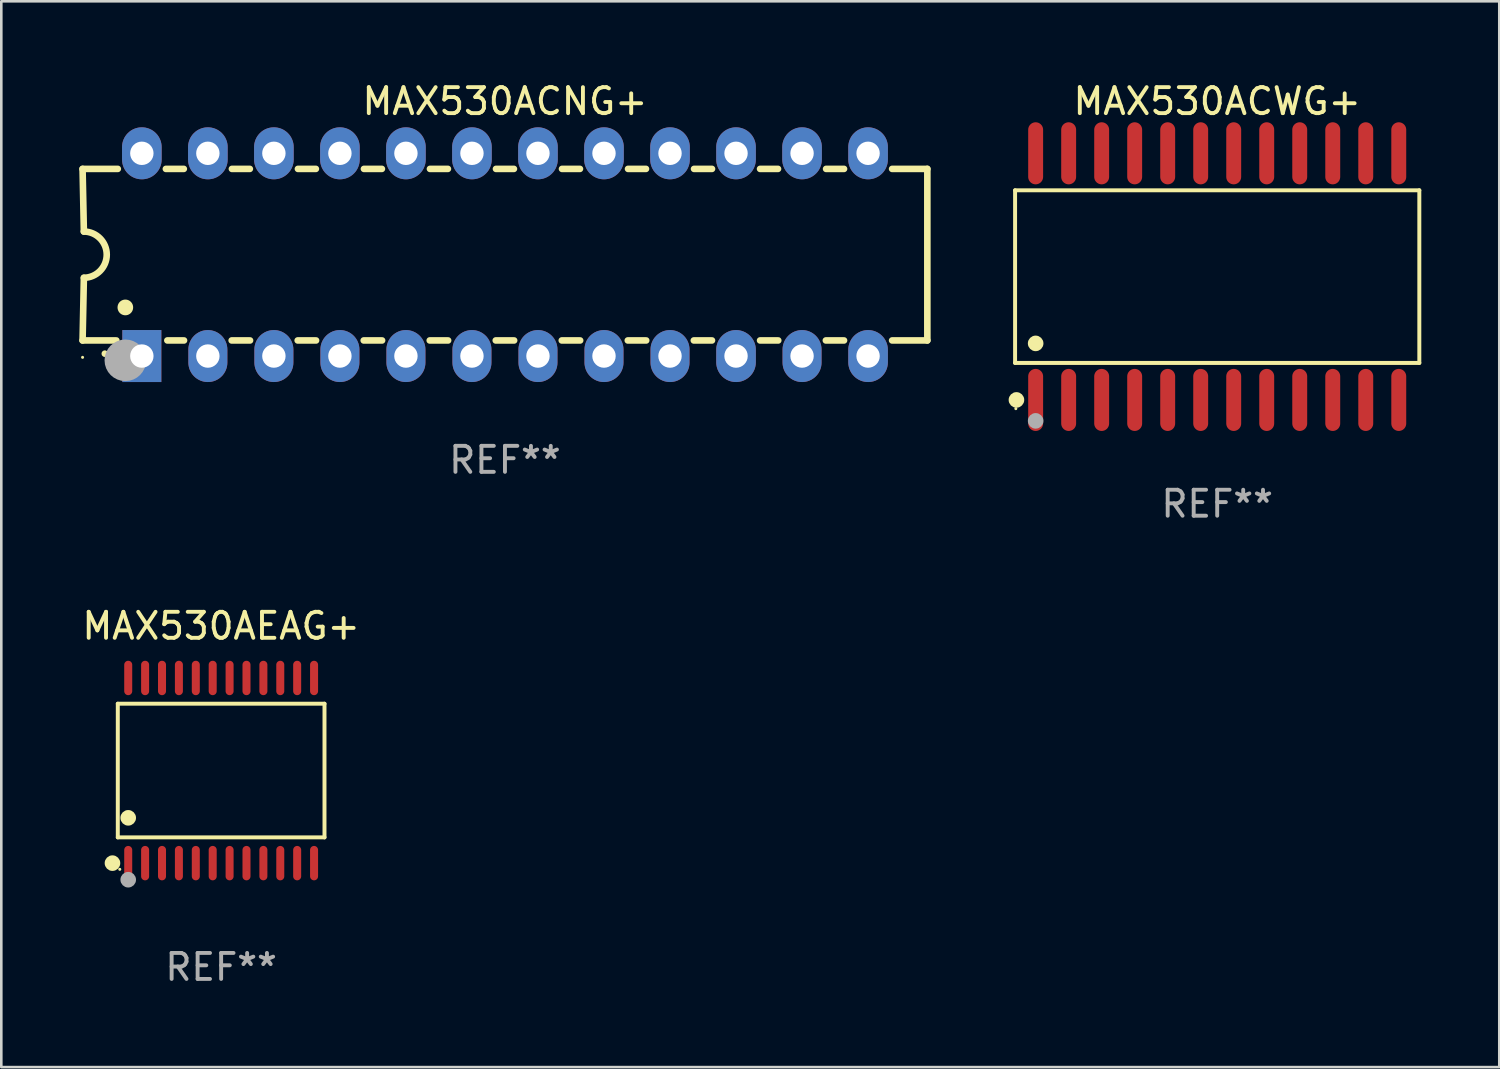
<source format=kicad_pcb>
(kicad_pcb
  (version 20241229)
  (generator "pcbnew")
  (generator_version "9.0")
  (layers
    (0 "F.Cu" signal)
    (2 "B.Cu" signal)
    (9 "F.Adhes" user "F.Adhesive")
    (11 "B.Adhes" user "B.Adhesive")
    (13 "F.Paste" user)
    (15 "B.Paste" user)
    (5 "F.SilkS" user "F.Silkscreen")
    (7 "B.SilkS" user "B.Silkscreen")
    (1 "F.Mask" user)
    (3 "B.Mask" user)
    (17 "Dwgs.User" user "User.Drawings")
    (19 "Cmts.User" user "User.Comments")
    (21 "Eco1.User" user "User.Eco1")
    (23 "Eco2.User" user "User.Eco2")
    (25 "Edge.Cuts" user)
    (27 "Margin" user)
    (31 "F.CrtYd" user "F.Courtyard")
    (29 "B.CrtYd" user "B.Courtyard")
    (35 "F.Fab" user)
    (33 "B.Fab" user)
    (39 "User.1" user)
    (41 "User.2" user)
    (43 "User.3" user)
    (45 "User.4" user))
  (footprint "MAX530AEAG+"
    (layer "F.Cu")
    (at 5.458 26.595)
    (property "Reference" "MAX530AEAG+" (at 0 -5.562 0) (layer "F.SilkS") (effects (font (size 1 1) (thickness 0.15))))
    (attr through_hole)
    (fp_line (start -3.976 -2.571) (end 3.976 -2.571) (stroke (width 0.152) (type solid)) (layer "F.SilkS"))
    (fp_line (start -3.976 2.571) (end -3.976 -2.571) (stroke (width 0.152) (type solid)) (layer "F.SilkS"))
    (fp_line (start 3.976 -2.571) (end 3.976 2.571) (stroke (width 0.152) (type solid)) (layer "F.SilkS"))
    (fp_line (start 3.976 2.571) (end -3.976 2.571) (stroke (width 0.152) (type solid)) (layer "F.SilkS"))
    (fp_circle (center -4.181 3.562) (end -4.031 3.562) (stroke (width 0.3) (type solid)) (fill no) (layer "F.SilkS"))
    (fp_circle (center -3.9 3.8) (end -3.87 3.8) (stroke (width 0.06) (type solid)) (fill no) (layer "F.SilkS"))
    (fp_circle (center -3.575 1.819) (end -3.425 1.819) (stroke (width 0.3) (type solid)) (fill no) (layer "F.SilkS"))
    (fp_circle (center -3.575 4.2) (end -3.425 4.2) (stroke (width 0.3) (type solid)) (fill no) (layer "F.Fab"))
    (fp_text user "REF**" (at 0 7.562 0) (layer "F.Fab") (effects (font (size 1 1) (thickness 0.15))))
    (pad "1" smd oval (at -3.575 3.562) (size 0.308 1.324) (layers "F.Cu" "F.Mask" "F.Paste"))
    (pad "2" smd oval (at -2.925 3.562) (size 0.308 1.324) (layers "F.Cu" "F.Mask" "F.Paste"))
    (pad "3" smd oval (at -2.275 3.562) (size 0.308 1.324) (layers "F.Cu" "F.Mask" "F.Paste"))
    (pad "4" smd oval (at -1.625 3.562) (size 0.308 1.324) (layers "F.Cu" "F.Mask" "F.Paste"))
    (pad "5" smd oval (at -0.975 3.562) (size 0.308 1.324) (layers "F.Cu" "F.Mask" "F.Paste"))
    (pad "6" smd oval (at -0.325 3.562) (size 0.308 1.324) (layers "F.Cu" "F.Mask" "F.Paste"))
    (pad "7" smd oval (at 0.325 3.562) (size 0.308 1.324) (layers "F.Cu" "F.Mask" "F.Paste"))
    (pad "8" smd oval (at 0.975 3.562) (size 0.308 1.324) (layers "F.Cu" "F.Mask" "F.Paste"))
    (pad "9" smd oval (at 1.625 3.562) (size 0.308 1.324) (layers "F.Cu" "F.Mask" "F.Paste"))
    (pad "10" smd oval (at 2.275 3.562) (size 0.308 1.324) (layers "F.Cu" "F.Mask" "F.Paste"))
    (pad "11" smd oval (at 2.925 3.562) (size 0.308 1.324) (layers "F.Cu" "F.Mask" "F.Paste"))
    (pad "12" smd oval (at 3.575 3.562) (size 0.308 1.324) (layers "F.Cu" "F.Mask" "F.Paste"))
    (pad "13" smd oval (at 3.575 -3.562) (size 0.308 1.324) (layers "F.Cu" "F.Mask" "F.Paste"))
    (pad "14" smd oval (at 2.925 -3.562) (size 0.308 1.324) (layers "F.Cu" "F.Mask" "F.Paste"))
    (pad "15" smd oval (at 2.275 -3.562) (size 0.308 1.324) (layers "F.Cu" "F.Mask" "F.Paste"))
    (pad "16" smd oval (at 1.625 -3.562) (size 0.308 1.324) (layers "F.Cu" "F.Mask" "F.Paste"))
    (pad "17" smd oval (at 0.975 -3.562) (size 0.308 1.324) (layers "F.Cu" "F.Mask" "F.Paste"))
    (pad "18" smd oval (at 0.325 -3.562) (size 0.308 1.324) (layers "F.Cu" "F.Mask" "F.Paste"))
    (pad "19" smd oval (at -0.325 -3.562) (size 0.308 1.324) (layers "F.Cu" "F.Mask" "F.Paste"))
    (pad "20" smd oval (at -0.975 -3.562) (size 0.308 1.324) (layers "F.Cu" "F.Mask" "F.Paste"))
    (pad "21" smd oval (at -1.625 -3.562) (size 0.308 1.324) (layers "F.Cu" "F.Mask" "F.Paste"))
    (pad "22" smd oval (at -2.275 -3.562) (size 0.308 1.324) (layers "F.Cu" "F.Mask" "F.Paste"))
    (pad "23" smd oval (at -2.925 -3.562) (size 0.308 1.324) (layers "F.Cu" "F.Mask" "F.Paste"))
    (pad "24" smd oval (at -3.575 -3.562) (size 0.308 1.324) (layers "F.Cu" "F.Mask" "F.Paste")))
  (footprint "MAX530ACNG+"
    (layer "F.Cu")
    (at 16.377 6.748)
    (property "Reference" "MAX530ACNG+" (at 0 -5.9 0) (layer "F.SilkS") (effects (font (size 1 1) (thickness 0.15))))
    (attr through_hole)
    (fp_line (start -16.25 -3.3) (end -16.2 -0.889) (stroke (width 0.254) (type solid)) (layer "F.SilkS"))
    (fp_line (start -16.25 -3.3) (end -14.895 -3.3) (stroke (width 0.254) (type solid)) (layer "F.SilkS"))
    (fp_line (start -16.25 3.3) (end -16.2 0.889) (stroke (width 0.254) (type solid)) (layer "F.SilkS"))
    (fp_line (start -16.25 3.3) (end -14.951 3.3) (stroke (width 0.254) (type solid)) (layer "F.SilkS"))
    (fp_line (start -13.045 -3.3) (end -12.355 -3.3) (stroke (width 0.254) (type solid)) (layer "F.SilkS"))
    (fp_line (start -12.989 3.3) (end -12.347 3.3) (stroke (width 0.254) (type solid)) (layer "F.SilkS"))
    (fp_line (start -10.514 3.3) (end -9.807 3.3) (stroke (width 0.254) (type solid)) (layer "F.SilkS"))
    (fp_line (start -10.505 -3.3) (end -9.815 -3.3) (stroke (width 0.254) (type solid)) (layer "F.SilkS"))
    (fp_line (start -7.974 3.3) (end -7.267 3.3) (stroke (width 0.254) (type solid)) (layer "F.SilkS"))
    (fp_line (start -7.965 -3.3) (end -7.275 -3.3) (stroke (width 0.254) (type solid)) (layer "F.SilkS"))
    (fp_line (start -5.434 3.3) (end -4.727 3.3) (stroke (width 0.254) (type solid)) (layer "F.SilkS"))
    (fp_line (start -5.425 -3.3) (end -4.735 -3.3) (stroke (width 0.254) (type solid)) (layer "F.SilkS"))
    (fp_line (start -2.894 3.3) (end -2.187 3.3) (stroke (width 0.254) (type solid)) (layer "F.SilkS"))
    (fp_line (start -2.885 -3.3) (end -2.195 -3.3) (stroke (width 0.254) (type solid)) (layer "F.SilkS"))
    (fp_line (start -0.354 3.3) (end 0.353 3.3) (stroke (width 0.254) (type solid)) (layer "F.SilkS"))
    (fp_line (start -0.345 -3.3) (end 0.345 -3.3) (stroke (width 0.254) (type solid)) (layer "F.SilkS"))
    (fp_line (start 2.186 3.3) (end 2.893 3.3) (stroke (width 0.254) (type solid)) (layer "F.SilkS"))
    (fp_line (start 2.195 -3.3) (end 2.885 -3.3) (stroke (width 0.254) (type solid)) (layer "F.SilkS"))
    (fp_line (start 4.726 3.3) (end 5.434 3.3) (stroke (width 0.254) (type solid)) (layer "F.SilkS"))
    (fp_line (start 4.735 -3.3) (end 5.425 -3.3) (stroke (width 0.254) (type solid)) (layer "F.SilkS"))
    (fp_line (start 7.266 3.3) (end 7.965 3.3) (stroke (width 0.254) (type solid)) (layer "F.SilkS"))
    (fp_line (start 7.275 -3.3) (end 7.965 -3.3) (stroke (width 0.254) (type solid)) (layer "F.SilkS"))
    (fp_line (start 9.815 -3.3) (end 10.505 -3.3) (stroke (width 0.254) (type solid)) (layer "F.SilkS"))
    (fp_line (start 9.815 3.3) (end 10.514 3.3) (stroke (width 0.254) (type solid)) (layer "F.SilkS"))
    (fp_line (start 12.346 3.3) (end 13.045 3.3) (stroke (width 0.254) (type solid)) (layer "F.SilkS"))
    (fp_line (start 12.355 -3.3) (end 13.045 -3.3) (stroke (width 0.254) (type solid)) (layer "F.SilkS"))
    (fp_line (start 16.25 -3.3) (end 14.895 -3.3) (stroke (width 0.254) (type solid)) (layer "F.SilkS"))
    (fp_line (start 16.25 -3.3) (end 16.25 3.3) (stroke (width 0.254) (type solid)) (layer "F.SilkS"))
    (fp_line (start 16.25 3.3) (end 14.895 3.3) (stroke (width 0.254) (type solid)) (layer "F.SilkS"))
    (fp_arc (start -16.201016 -0.890146) (mid -15.311429 -0.001055) (end -16.200025 0.889027) (stroke (width 0.254001) (type solid)) (layer "F.SilkS"))
    (fp_arc (start -15.394971 3.810033) (mid -15.394978 3.808763) (end -15.394971 3.807493) (stroke (width 0.25) (type solid)) (layer "F.SilkS"))
    (fp_arc (start -14.605029 2.032029) (mid -14.60504 2.029489) (end -14.605029 2.026949) (stroke (width 0.6) (type solid)) (layer "F.SilkS"))
    (fp_circle (center -16.25 3.95) (end -16.22 3.95) (stroke (width 0.06) (type solid)) (fill no) (layer "F.SilkS"))
    (fp_circle (center -14.605 4.064) (end -14.205 4.064) (stroke (width 0.8) (type solid)) (fill no) (layer "F.Fab"))
    (fp_text user "REF**" (at 0 7.9 0) (layer "F.Fab") (effects (font (size 1 1) (thickness 0.15))))
    (pad "1" thru_hole rect (at -13.97 3.9 90) (size 2 1.5) (drill 0.9) (layers "*.Cu" "*.Mask"))
    (pad "2" thru_hole oval (at -11.43 3.9 90) (size 2 1.5) (drill 0.9) (layers "*.Cu" "*.Mask"))
    (pad "3" thru_hole oval (at -8.89 3.9 90) (size 2 1.5) (drill 0.9) (layers "*.Cu" "*.Mask"))
    (pad "4" thru_hole oval (at -6.35 3.9 90) (size 2 1.5) (drill 0.9) (layers "*.Cu" "*.Mask"))
    (pad "5" thru_hole oval (at -3.81 3.9 90) (size 2 1.5) (drill 0.9) (layers "*.Cu" "*.Mask"))
    (pad "6" thru_hole oval (at -1.27 3.9 90) (size 2 1.5) (drill 0.9) (layers "*.Cu" "*.Mask"))
    (pad "7" thru_hole oval (at 1.27 3.9 90) (size 2 1.5) (drill 0.9) (layers "*.Cu" "*.Mask"))
    (pad "8" thru_hole oval (at 3.81 3.9 90) (size 2 1.5) (drill 0.9) (layers "*.Cu" "*.Mask"))
    (pad "9" thru_hole oval (at 6.35 3.9 90) (size 2 1.5) (drill 0.9) (layers "*.Cu" "*.Mask"))
    (pad "10" thru_hole oval (at 8.89 3.9 90) (size 2 1.524) (drill 0.9) (layers "*.Cu" "*.Mask"))
    (pad "11" thru_hole oval (at 11.43 3.9 90) (size 2 1.5) (drill 0.9) (layers "*.Cu" "*.Mask"))
    (pad "12" thru_hole oval (at 13.97 3.9 90) (size 2 1.524) (drill 0.9) (layers "*.Cu" "*.Mask"))
    (pad "13" thru_hole oval (at 13.97 -3.9 90) (size 2 1.524) (drill 0.9) (layers "*.Cu" "*.Mask"))
    (pad "14" thru_hole oval (at 11.43 -3.9 90) (size 2 1.524) (drill 0.9) (layers "*.Cu" "*.Mask"))
    (pad "15" thru_hole oval (at 8.89 -3.9 90) (size 2 1.524) (drill 0.9) (layers "*.Cu" "*.Mask"))
    (pad "16" thru_hole oval (at 6.35 -3.9 90) (size 2 1.524) (drill 0.9) (layers "*.Cu" "*.Mask"))
    (pad "17" thru_hole oval (at 3.81 -3.9 90) (size 2 1.524) (drill 0.9) (layers "*.Cu" "*.Mask"))
    (pad "18" thru_hole oval (at 1.27 -3.9 90) (size 2 1.524) (drill 0.9) (layers "*.Cu" "*.Mask"))
    (pad "19" thru_hole oval (at -1.27 -3.9 90) (size 2 1.524) (drill 0.9) (layers "*.Cu" "*.Mask"))
    (pad "20" thru_hole oval (at -3.81 -3.9 90) (size 2 1.524) (drill 0.9) (layers "*.Cu" "*.Mask"))
    (pad "21" thru_hole oval (at -6.35 -3.9 90) (size 2 1.524) (drill 0.9) (layers "*.Cu" "*.Mask"))
    (pad "22" thru_hole oval (at -8.89 -3.9 90) (size 2 1.524) (drill 0.9) (layers "*.Cu" "*.Mask"))
    (pad "23" thru_hole oval (at -11.43 -3.9 90) (size 2 1.524) (drill 0.9) (layers "*.Cu" "*.Mask"))
    (pad "24" thru_hole oval (at -13.97 -3.9 90) (size 2 1.524) (drill 0.9) (layers "*.Cu" "*.Mask")))
  (footprint "MAX530ACWG+"
    (layer "F.Cu")
    (at 43.779 7.592)
    (property "Reference" "MAX530ACWG+" (at 0 -6.744 0) (layer "F.SilkS") (effects (font (size 1 1) (thickness 0.15))))
    (attr through_hole)
    (fp_line (start -7.776 -3.321) (end 7.776 -3.321) (stroke (width 0.152) (type solid)) (layer "F.SilkS"))
    (fp_line (start -7.776 3.321) (end -7.776 -3.321) (stroke (width 0.152) (type solid)) (layer "F.SilkS"))
    (fp_line (start 7.776 -3.321) (end 7.776 3.321) (stroke (width 0.152) (type solid)) (layer "F.SilkS"))
    (fp_line (start 7.776 3.321) (end -7.776 3.321) (stroke (width 0.152) (type solid)) (layer "F.SilkS"))
    (fp_circle (center -7.747 5.08) (end -7.717 5.08) (stroke (width 0.06) (type solid)) (fill no) (layer "F.SilkS"))
    (fp_circle (center -7.724 4.744) (end -7.574 4.744) (stroke (width 0.3) (type solid)) (fill no) (layer "F.SilkS"))
    (fp_circle (center -6.985 2.569) (end -6.835 2.569) (stroke (width 0.3) (type solid)) (fill no) (layer "F.SilkS"))
    (fp_circle (center -6.985 5.55) (end -6.835 5.55) (stroke (width 0.3) (type solid)) (fill no) (layer "F.Fab"))
    (fp_text user "REF**" (at 0 8.744 0) (layer "F.Fab") (effects (font (size 1 1) (thickness 0.15))))
    (pad "1" smd oval (at -6.985 4.744) (size 0.574 2.388) (layers "F.Cu" "F.Mask" "F.Paste"))
    (pad "2" smd oval (at -5.715 4.744) (size 0.574 2.388) (layers "F.Cu" "F.Mask" "F.Paste"))
    (pad "3" smd oval (at -4.445 4.744) (size 0.574 2.388) (layers "F.Cu" "F.Mask" "F.Paste"))
    (pad "4" smd oval (at -3.175 4.744) (size 0.574 2.388) (layers "F.Cu" "F.Mask" "F.Paste"))
    (pad "5" smd oval (at -1.905 4.744) (size 0.574 2.388) (layers "F.Cu" "F.Mask" "F.Paste"))
    (pad "6" smd oval (at -0.635 4.744) (size 0.574 2.388) (layers "F.Cu" "F.Mask" "F.Paste"))
    (pad "7" smd oval (at 0.635 4.744) (size 0.574 2.388) (layers "F.Cu" "F.Mask" "F.Paste"))
    (pad "8" smd oval (at 1.905 4.744) (size 0.574 2.388) (layers "F.Cu" "F.Mask" "F.Paste"))
    (pad "9" smd oval (at 3.175 4.744) (size 0.574 2.388) (layers "F.Cu" "F.Mask" "F.Paste"))
    (pad "10" smd oval (at 4.445 4.744) (size 0.574 2.388) (layers "F.Cu" "F.Mask" "F.Paste"))
    (pad "11" smd oval (at 5.715 4.744) (size 0.574 2.388) (layers "F.Cu" "F.Mask" "F.Paste"))
    (pad "12" smd oval (at 6.985 4.744) (size 0.574 2.388) (layers "F.Cu" "F.Mask" "F.Paste"))
    (pad "13" smd oval (at 6.985 -4.744) (size 0.574 2.388) (layers "F.Cu" "F.Mask" "F.Paste"))
    (pad "14" smd oval (at 5.715 -4.744) (size 0.574 2.388) (layers "F.Cu" "F.Mask" "F.Paste"))
    (pad "15" smd oval (at 4.445 -4.744) (size 0.574 2.388) (layers "F.Cu" "F.Mask" "F.Paste"))
    (pad "16" smd oval (at 3.175 -4.744) (size 0.574 2.388) (layers "F.Cu" "F.Mask" "F.Paste"))
    (pad "17" smd oval (at 1.905 -4.744) (size 0.574 2.388) (layers "F.Cu" "F.Mask" "F.Paste"))
    (pad "18" smd oval (at 0.635 -4.744) (size 0.574 2.388) (layers "F.Cu" "F.Mask" "F.Paste"))
    (pad "19" smd oval (at -0.635 -4.744) (size 0.574 2.388) (layers "F.Cu" "F.Mask" "F.Paste"))
    (pad "20" smd oval (at -1.905 -4.744) (size 0.574 2.388) (layers "F.Cu" "F.Mask" "F.Paste"))
    (pad "21" smd oval (at -3.175 -4.744) (size 0.574 2.388) (layers "F.Cu" "F.Mask" "F.Paste"))
    (pad "22" smd oval (at -4.445 -4.744) (size 0.574 2.388) (layers "F.Cu" "F.Mask" "F.Paste"))
    (pad "23" smd oval (at -5.715 -4.744) (size 0.574 2.388) (layers "F.Cu" "F.Mask" "F.Paste"))
    (pad "24" smd oval (at -6.985 -4.744) (size 0.574 2.388) (layers "F.Cu" "F.Mask" "F.Paste")))
  (gr_rect
    (start -3 -3)
    (end 54.631 38.005)
    (stroke (width 0.1) (type default))
    (fill no)
    (layer "Edge.Cuts")))
</source>
